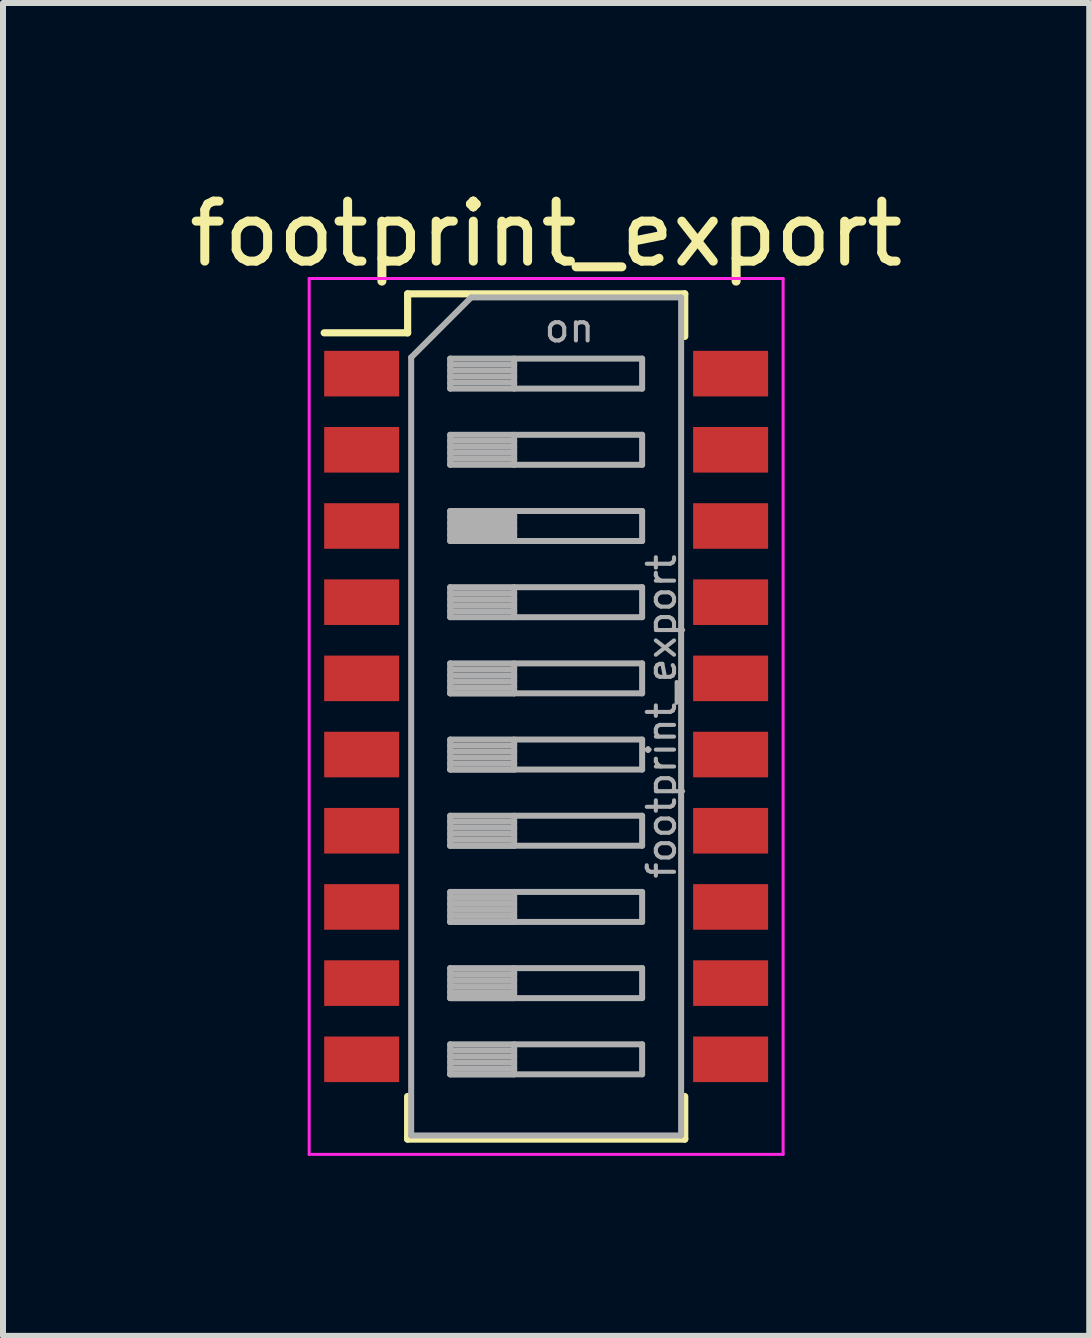
<source format=kicad_pcb>
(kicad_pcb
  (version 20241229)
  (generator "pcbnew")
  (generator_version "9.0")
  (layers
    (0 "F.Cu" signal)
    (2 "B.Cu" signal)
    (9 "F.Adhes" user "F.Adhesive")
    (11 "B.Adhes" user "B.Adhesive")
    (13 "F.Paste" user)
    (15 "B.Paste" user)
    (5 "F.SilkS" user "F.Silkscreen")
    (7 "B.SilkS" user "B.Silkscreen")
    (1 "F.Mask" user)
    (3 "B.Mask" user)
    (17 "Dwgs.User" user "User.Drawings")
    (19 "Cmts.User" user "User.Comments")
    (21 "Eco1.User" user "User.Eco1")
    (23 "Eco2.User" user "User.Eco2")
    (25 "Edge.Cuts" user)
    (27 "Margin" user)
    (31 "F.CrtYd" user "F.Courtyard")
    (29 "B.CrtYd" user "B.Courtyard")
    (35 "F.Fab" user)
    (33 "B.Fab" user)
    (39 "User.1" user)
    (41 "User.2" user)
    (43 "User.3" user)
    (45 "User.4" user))
  (footprint "footprint_export"
    (layer "F.Cu")
    (at 6.054 8.893)
    (property "Reference" "footprint_export" (at 0 -8.045 0) (layer "F.SilkS") (effects (font (size 1 1) (thickness 0.15))))
    (attr smd)
    (fp_line (start -3.7 -6.395) (end -2.309 -6.395) (stroke (width 0.12) (type solid)) (layer "F.SilkS"))
    (fp_line (start -2.309 -7.045) (end -2.309 -6.395) (stroke (width 0.12) (type solid)) (layer "F.SilkS"))
    (fp_line (start -2.309 -7.045) (end 2.31 -7.045) (stroke (width 0.12) (type solid)) (layer "F.SilkS"))
    (fp_line (start -2.309 6.335) (end -2.309 7.045) (stroke (width 0.12) (type solid)) (layer "F.SilkS"))
    (fp_line (start -2.309 7.045) (end 2.31 7.045) (stroke (width 0.12) (type solid)) (layer "F.SilkS"))
    (fp_line (start 2.31 -7.045) (end 2.31 -6.335) (stroke (width 0.12) (type solid)) (layer "F.SilkS"))
    (fp_line (start 2.31 6.335) (end 2.31 7.045) (stroke (width 0.12) (type solid)) (layer "F.SilkS"))
    (fp_line (start -3.95 -7.3) (end -3.95 7.3) (stroke (width 0.05) (type solid)) (layer "F.CrtYd"))
    (fp_line (start -3.95 7.3) (end 3.95 7.3) (stroke (width 0.05) (type solid)) (layer "F.CrtYd"))
    (fp_line (start 3.95 -7.3) (end -3.95 -7.3) (stroke (width 0.05) (type solid)) (layer "F.CrtYd"))
    (fp_line (start 3.95 7.3) (end 3.95 -7.3) (stroke (width 0.05) (type solid)) (layer "F.CrtYd"))
    (fp_line (start -2.25 -5.985) (end -1.25 -6.985) (stroke (width 0.1) (type solid)) (layer "F.Fab"))
    (fp_line (start -2.25 6.985) (end -2.25 -5.985) (stroke (width 0.1) (type solid)) (layer "F.Fab"))
    (fp_line (start -1.6 -5.965) (end -1.6 -5.465) (stroke (width 0.1) (type solid)) (layer "F.Fab"))
    (fp_line (start -1.6 -5.865) (end -0.533 -5.865) (stroke (width 0.1) (type solid)) (layer "F.Fab"))
    (fp_line (start -1.6 -5.765) (end -0.533 -5.765) (stroke (width 0.1) (type solid)) (layer "F.Fab"))
    (fp_line (start -1.6 -5.665) (end -0.533 -5.665) (stroke (width 0.1) (type solid)) (layer "F.Fab"))
    (fp_line (start -1.6 -5.565) (end -0.533 -5.565) (stroke (width 0.1) (type solid)) (layer "F.Fab"))
    (fp_line (start -1.6 -5.465) (end 1.6 -5.465) (stroke (width 0.1) (type solid)) (layer "F.Fab"))
    (fp_line (start -1.6 -4.695) (end -1.6 -4.195) (stroke (width 0.1) (type solid)) (layer "F.Fab"))
    (fp_line (start -1.6 -4.595) (end -0.533 -4.595) (stroke (width 0.1) (type solid)) (layer "F.Fab"))
    (fp_line (start -1.6 -4.495) (end -0.533 -4.495) (stroke (width 0.1) (type solid)) (layer "F.Fab"))
    (fp_line (start -1.6 -4.395) (end -0.533 -4.395) (stroke (width 0.1) (type solid)) (layer "F.Fab"))
    (fp_line (start -1.6 -4.295) (end -0.533 -4.295) (stroke (width 0.1) (type solid)) (layer "F.Fab"))
    (fp_line (start -1.6 -4.195) (end 1.6 -4.195) (stroke (width 0.1) (type solid)) (layer "F.Fab"))
    (fp_line (start -1.6 -3.425) (end -1.6 -2.925) (stroke (width 0.1) (type solid)) (layer "F.Fab"))
    (fp_line (start -1.6 -3.325) (end -0.533 -3.325) (stroke (width 0.1) (type solid)) (layer "F.Fab"))
    (fp_line (start -1.6 -3.225) (end -0.533 -3.225) (stroke (width 0.1) (type solid)) (layer "F.Fab"))
    (fp_line (start -1.6 -3.125) (end -0.533 -3.125) (stroke (width 0.1) (type solid)) (layer "F.Fab"))
    (fp_line (start -1.6 -3.025) (end -0.533 -3.025) (stroke (width 0.1) (type solid)) (layer "F.Fab"))
    (fp_line (start -1.6 -2.925) (end 1.6 -2.925) (stroke (width 0.1) (type solid)) (layer "F.Fab"))
    (fp_line (start -1.6 -2.155) (end -1.6 -1.655) (stroke (width 0.1) (type solid)) (layer "F.Fab"))
    (fp_line (start -1.6 -2.055) (end -0.533 -2.055) (stroke (width 0.1) (type solid)) (layer "F.Fab"))
    (fp_line (start -1.6 -1.955) (end -0.533 -1.955) (stroke (width 0.1) (type solid)) (layer "F.Fab"))
    (fp_line (start -1.6 -1.855) (end -0.533 -1.855) (stroke (width 0.1) (type solid)) (layer "F.Fab"))
    (fp_line (start -1.6 -1.755) (end -0.533 -1.755) (stroke (width 0.1) (type solid)) (layer "F.Fab"))
    (fp_line (start -1.6 -1.655) (end 1.6 -1.655) (stroke (width 0.1) (type solid)) (layer "F.Fab"))
    (fp_line (start -1.6 -0.885) (end -1.6 -0.385) (stroke (width 0.1) (type solid)) (layer "F.Fab"))
    (fp_line (start -1.6 -0.785) (end -0.533 -0.785) (stroke (width 0.1) (type solid)) (layer "F.Fab"))
    (fp_line (start -1.6 -0.685) (end -0.533 -0.685) (stroke (width 0.1) (type solid)) (layer "F.Fab"))
    (fp_line (start -1.6 -0.585) (end -0.533 -0.585) (stroke (width 0.1) (type solid)) (layer "F.Fab"))
    (fp_line (start -1.6 -0.485) (end -0.533 -0.485) (stroke (width 0.1) (type solid)) (layer "F.Fab"))
    (fp_line (start -1.6 -0.385) (end -0.533 -0.385) (stroke (width 0.1) (type solid)) (layer "F.Fab"))
    (fp_line (start -1.6 -0.385) (end 1.6 -0.385) (stroke (width 0.1) (type solid)) (layer "F.Fab"))
    (fp_line (start -1.6 0.385) (end -1.6 0.885) (stroke (width 0.1) (type solid)) (layer "F.Fab"))
    (fp_line (start -1.6 0.485) (end -0.533 0.485) (stroke (width 0.1) (type solid)) (layer "F.Fab"))
    (fp_line (start -1.6 0.585) (end -0.533 0.585) (stroke (width 0.1) (type solid)) (layer "F.Fab"))
    (fp_line (start -1.6 0.685) (end -0.533 0.685) (stroke (width 0.1) (type solid)) (layer "F.Fab"))
    (fp_line (start -1.6 0.785) (end -0.533 0.785) (stroke (width 0.1) (type solid)) (layer "F.Fab"))
    (fp_line (start -1.6 0.885) (end -0.533 0.885) (stroke (width 0.1) (type solid)) (layer "F.Fab"))
    (fp_line (start -1.6 0.885) (end 1.6 0.885) (stroke (width 0.1) (type solid)) (layer "F.Fab"))
    (fp_line (start -1.6 1.655) (end -1.6 2.155) (stroke (width 0.1) (type solid)) (layer "F.Fab"))
    (fp_line (start -1.6 1.755) (end -0.533 1.755) (stroke (width 0.1) (type solid)) (layer "F.Fab"))
    (fp_line (start -1.6 1.855) (end -0.533 1.855) (stroke (width 0.1) (type solid)) (layer "F.Fab"))
    (fp_line (start -1.6 1.955) (end -0.533 1.955) (stroke (width 0.1) (type solid)) (layer "F.Fab"))
    (fp_line (start -1.6 2.055) (end -0.533 2.055) (stroke (width 0.1) (type solid)) (layer "F.Fab"))
    (fp_line (start -1.6 2.155) (end -0.533 2.155) (stroke (width 0.1) (type solid)) (layer "F.Fab"))
    (fp_line (start -1.6 2.155) (end 1.6 2.155) (stroke (width 0.1) (type solid)) (layer "F.Fab"))
    (fp_line (start -1.6 2.925) (end -1.6 3.425) (stroke (width 0.1) (type solid)) (layer "F.Fab"))
    (fp_line (start -1.6 3.025) (end -0.533 3.025) (stroke (width 0.1) (type solid)) (layer "F.Fab"))
    (fp_line (start -1.6 3.125) (end -0.533 3.125) (stroke (width 0.1) (type solid)) (layer "F.Fab"))
    (fp_line (start -1.6 3.225) (end -0.533 3.225) (stroke (width 0.1) (type solid)) (layer "F.Fab"))
    (fp_line (start -1.6 3.325) (end -0.533 3.325) (stroke (width 0.1) (type solid)) (layer "F.Fab"))
    (fp_line (start -1.6 3.425) (end -0.533 3.425) (stroke (width 0.1) (type solid)) (layer "F.Fab"))
    (fp_line (start -1.6 3.425) (end 1.6 3.425) (stroke (width 0.1) (type solid)) (layer "F.Fab"))
    (fp_line (start -1.6 4.195) (end -1.6 4.695) (stroke (width 0.1) (type solid)) (layer "F.Fab"))
    (fp_line (start -1.6 4.295) (end -0.533 4.295) (stroke (width 0.1) (type solid)) (layer "F.Fab"))
    (fp_line (start -1.6 4.395) (end -0.533 4.395) (stroke (width 0.1) (type solid)) (layer "F.Fab"))
    (fp_line (start -1.6 4.495) (end -0.533 4.495) (stroke (width 0.1) (type solid)) (layer "F.Fab"))
    (fp_line (start -1.6 4.595) (end -0.533 4.595) (stroke (width 0.1) (type solid)) (layer "F.Fab"))
    (fp_line (start -1.6 4.695) (end -0.533 4.695) (stroke (width 0.1) (type solid)) (layer "F.Fab"))
    (fp_line (start -1.6 4.695) (end 1.6 4.695) (stroke (width 0.1) (type solid)) (layer "F.Fab"))
    (fp_line (start -1.6 5.465) (end -1.6 5.965) (stroke (width 0.1) (type solid)) (layer "F.Fab"))
    (fp_line (start -1.6 5.565) (end -0.533 5.565) (stroke (width 0.1) (type solid)) (layer "F.Fab"))
    (fp_line (start -1.6 5.665) (end -0.533 5.665) (stroke (width 0.1) (type solid)) (layer "F.Fab"))
    (fp_line (start -1.6 5.765) (end -0.533 5.765) (stroke (width 0.1) (type solid)) (layer "F.Fab"))
    (fp_line (start -1.6 5.865) (end -0.533 5.865) (stroke (width 0.1) (type solid)) (layer "F.Fab"))
    (fp_line (start -1.6 5.965) (end -0.533 5.965) (stroke (width 0.1) (type solid)) (layer "F.Fab"))
    (fp_line (start -1.6 5.965) (end 1.6 5.965) (stroke (width 0.1) (type solid)) (layer "F.Fab"))
    (fp_line (start -1.25 -6.985) (end 2.25 -6.985) (stroke (width 0.1) (type solid)) (layer "F.Fab"))
    (fp_line (start -0.533 -5.965) (end -0.533 -5.465) (stroke (width 0.1) (type solid)) (layer "F.Fab"))
    (fp_line (start -0.533 -4.695) (end -0.533 -4.195) (stroke (width 0.1) (type solid)) (layer "F.Fab"))
    (fp_line (start -0.533 -3.425) (end -0.533 -2.925) (stroke (width 0.1) (type solid)) (layer "F.Fab"))
    (fp_line (start -0.533 -2.155) (end -0.533 -1.655) (stroke (width 0.1) (type solid)) (layer "F.Fab"))
    (fp_line (start -0.533 -0.885) (end -0.533 -0.385) (stroke (width 0.1) (type solid)) (layer "F.Fab"))
    (fp_line (start -0.533 0.385) (end -0.533 0.885) (stroke (width 0.1) (type solid)) (layer "F.Fab"))
    (fp_line (start -0.533 1.655) (end -0.533 2.155) (stroke (width 0.1) (type solid)) (layer "F.Fab"))
    (fp_line (start -0.533 2.925) (end -0.533 3.425) (stroke (width 0.1) (type solid)) (layer "F.Fab"))
    (fp_line (start -0.533 4.195) (end -0.533 4.695) (stroke (width 0.1) (type solid)) (layer "F.Fab"))
    (fp_line (start -0.533 5.465) (end -0.533 5.965) (stroke (width 0.1) (type solid)) (layer "F.Fab"))
    (fp_line (start 1.6 -5.965) (end -1.6 -5.965) (stroke (width 0.1) (type solid)) (layer "F.Fab"))
    (fp_line (start 1.6 -5.465) (end 1.6 -5.965) (stroke (width 0.1) (type solid)) (layer "F.Fab"))
    (fp_line (start 1.6 -4.695) (end -1.6 -4.695) (stroke (width 0.1) (type solid)) (layer "F.Fab"))
    (fp_line (start 1.6 -4.195) (end 1.6 -4.695) (stroke (width 0.1) (type solid)) (layer "F.Fab"))
    (fp_line (start 1.6 -3.425) (end -1.6 -3.425) (stroke (width 0.1) (type solid)) (layer "F.Fab"))
    (fp_line (start 1.6 -2.925) (end 1.6 -3.425) (stroke (width 0.1) (type solid)) (layer "F.Fab"))
    (fp_line (start 1.6 -2.155) (end -1.6 -2.155) (stroke (width 0.1) (type solid)) (layer "F.Fab"))
    (fp_line (start 1.6 -1.655) (end 1.6 -2.155) (stroke (width 0.1) (type solid)) (layer "F.Fab"))
    (fp_line (start 1.6 -0.885) (end -1.6 -0.885) (stroke (width 0.1) (type solid)) (layer "F.Fab"))
    (fp_line (start 1.6 -0.385) (end 1.6 -0.885) (stroke (width 0.1) (type solid)) (layer "F.Fab"))
    (fp_line (start 1.6 0.385) (end -1.6 0.385) (stroke (width 0.1) (type solid)) (layer "F.Fab"))
    (fp_line (start 1.6 0.885) (end 1.6 0.385) (stroke (width 0.1) (type solid)) (layer "F.Fab"))
    (fp_line (start 1.6 1.655) (end -1.6 1.655) (stroke (width 0.1) (type solid)) (layer "F.Fab"))
    (fp_line (start 1.6 2.155) (end 1.6 1.655) (stroke (width 0.1) (type solid)) (layer "F.Fab"))
    (fp_line (start 1.6 2.925) (end -1.6 2.925) (stroke (width 0.1) (type solid)) (layer "F.Fab"))
    (fp_line (start 1.6 3.425) (end 1.6 2.925) (stroke (width 0.1) (type solid)) (layer "F.Fab"))
    (fp_line (start 1.6 4.195) (end -1.6 4.195) (stroke (width 0.1) (type solid)) (layer "F.Fab"))
    (fp_line (start 1.6 4.695) (end 1.6 4.195) (stroke (width 0.1) (type solid)) (layer "F.Fab"))
    (fp_line (start 1.6 5.465) (end -1.6 5.465) (stroke (width 0.1) (type solid)) (layer "F.Fab"))
    (fp_line (start 1.6 5.965) (end 1.6 5.465) (stroke (width 0.1) (type solid)) (layer "F.Fab"))
    (fp_line (start 2.25 -6.985) (end 2.25 6.985) (stroke (width 0.1) (type solid)) (layer "F.Fab"))
    (fp_line (start 2.25 6.985) (end -2.25 6.985) (stroke (width 0.1) (type solid)) (layer "F.Fab"))
    (fp_text user "on" (at 0.388 -6.475 0) (layer "F.Fab") (effects (font (size 0.455 0.455) (thickness 0.068))))
    (fp_text user "${REFERENCE}" (at 1.925 0 90) (layer "F.Fab") (effects (font (size 0.455 0.455) (thickness 0.068))))
    (pad "1" smd rect (at -3.075 -5.715) (size 1.25 0.76) (layers "F.Cu" "F.Mask" "F.Paste"))
    (pad "2" smd rect (at -3.075 -4.445) (size 1.25 0.76) (layers "F.Cu" "F.Mask" "F.Paste"))
    (pad "3" smd rect (at -3.075 -3.175) (size 1.25 0.76) (layers "F.Cu" "F.Mask" "F.Paste"))
    (pad "4" smd rect (at -3.075 -1.905) (size 1.25 0.76) (layers "F.Cu" "F.Mask" "F.Paste"))
    (pad "5" smd rect (at -3.075 -0.635) (size 1.25 0.76) (layers "F.Cu" "F.Mask" "F.Paste"))
    (pad "6" smd rect (at -3.075 0.635) (size 1.25 0.76) (layers "F.Cu" "F.Mask" "F.Paste"))
    (pad "7" smd rect (at -3.075 1.905) (size 1.25 0.76) (layers "F.Cu" "F.Mask" "F.Paste"))
    (pad "8" smd rect (at -3.075 3.175) (size 1.25 0.76) (layers "F.Cu" "F.Mask" "F.Paste"))
    (pad "9" smd rect (at -3.075 4.445) (size 1.25 0.76) (layers "F.Cu" "F.Mask" "F.Paste"))
    (pad "10" smd rect (at -3.075 5.715) (size 1.25 0.76) (layers "F.Cu" "F.Mask" "F.Paste"))
    (pad "11" smd rect (at 3.075 5.715) (size 1.25 0.76) (layers "F.Cu" "F.Mask" "F.Paste"))
    (pad "12" smd rect (at 3.075 4.445) (size 1.25 0.76) (layers "F.Cu" "F.Mask" "F.Paste"))
    (pad "13" smd rect (at 3.075 3.175) (size 1.25 0.76) (layers "F.Cu" "F.Mask" "F.Paste"))
    (pad "14" smd rect (at 3.075 1.905) (size 1.25 0.76) (layers "F.Cu" "F.Mask" "F.Paste"))
    (pad "15" smd rect (at 3.075 0.635) (size 1.25 0.76) (layers "F.Cu" "F.Mask" "F.Paste"))
    (pad "16" smd rect (at 3.075 -0.635) (size 1.25 0.76) (layers "F.Cu" "F.Mask" "F.Paste"))
    (pad "17" smd rect (at 3.075 -1.905) (size 1.25 0.76) (layers "F.Cu" "F.Mask" "F.Paste"))
    (pad "18" smd rect (at 3.075 -3.175) (size 1.25 0.76) (layers "F.Cu" "F.Mask" "F.Paste"))
    (pad "19" smd rect (at 3.075 -4.445) (size 1.25 0.76) (layers "F.Cu" "F.Mask" "F.Paste"))
    (pad "20" smd rect (at 3.075 -5.715) (size 1.25 0.76) (layers "F.Cu" "F.Mask" "F.Paste")))
  (gr_rect
    (start -3 -3)
    (end 15.107 19.218)
    (stroke (width 0.1) (type default))
    (fill no)
    (layer "Edge.Cuts")))
</source>
